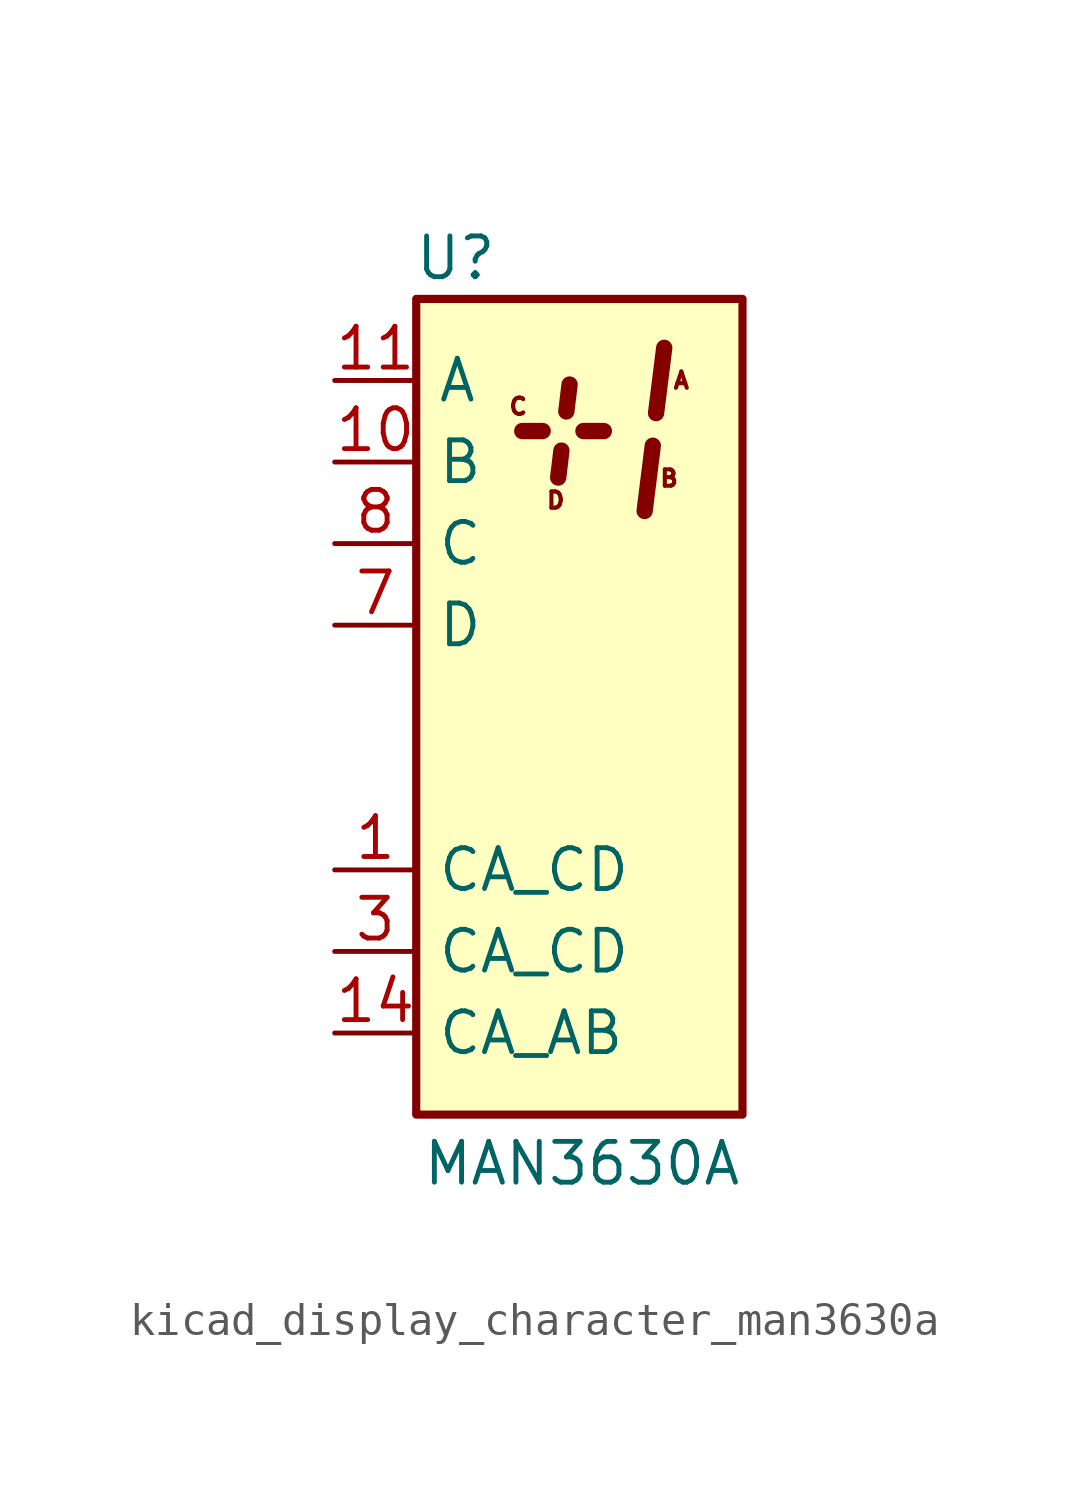
<source format=kicad_sym>
(kicad_symbol_lib
  (version 20220914)
  (generator kicad_symbol_editor)
  (symbol "kicad_display_character_man3630a"
    (pin_names
      (offset 0.635))
    (property "Reference" "U"
      (at -2.54 13.97 0)
      (effects (font (size 1.27 1.27)) (justify right)))
    (property "Value" "MAN3630A"
      (at 5.08 -14.224 0)
      (effects (font (size 1.27 1.27)) (justify right)))
    (symbol "kicad_display_character_man3630a_0_0"
      (text "A" (at 3.175 10.16 0) (effects (font (size 0.508 0.508))))
      (text "B" (at 2.794 7.112 0) (effects (font (size 0.508 0.508))))
      (text "C" (at -1.905 9.347 0) (effects (font (size 0.508 0.508))))
      (text "D" (at -0.737 6.426 0) (effects (font (size 0.508 0.508)))))
    (symbol "kicad_display_character_man3630a_0_1"
      (rectangle (start -5.08 12.7) (end 5.08 -12.7) (stroke (width 0.254) (type default)) (fill (type background)))
      (polyline (pts (xy -1.778 8.585) (xy -1.143 8.585)) (stroke (width 0.508) (type default)) (fill (type none)))
      (polyline (pts (xy 2.286 8.128) (xy 2.032 6.096)) (stroke (width 0.508) (type default)) (fill (type none)))
      (polyline (pts (xy 2.642 11.176) (xy 2.388 9.144)) (stroke (width 0.508) (type default)) (fill (type none))))
    (symbol "kicad_display_character_man3630a_1_1"
      (polyline (pts (xy -0.66 7.137) (xy -0.559 7.976)) (stroke (width 0.508) (type default)) (fill (type none)))
      (polyline (pts (xy -0.305 10.033) (xy -0.406 9.195)) (stroke (width 0.508) (type default)) (fill (type none)))
      (polyline (pts (xy 0.127 8.585) (xy 0.762 8.585)) (stroke (width 0.508) (type default)) (fill (type none)))
      (pin input line (at -7.62 -5.08 0) (length 2.54) (name "CA_CD" (effects (font (size 1.27 1.27)))) (number "1" (effects (font (size 1.27 1.27)))))
      (pin input line (at -7.62 7.62 0) (length 2.54) (name "B" (effects (font (size 1.27 1.27)))) (number "10" (effects (font (size 1.27 1.27)))))
      (pin input line (at -7.62 10.16 0) (length 2.54) (name "A" (effects (font (size 1.27 1.27)))) (number "11" (effects (font (size 1.27 1.27)))))
      (pin no_connect line (at 5.08 -7.62 180) (length 2.54) hide (name "NC" (effects (font (size 1.27 1.27)))) (number "12" (effects (font (size 1.27 1.27)))))
      (pin no_connect line (at 5.08 -10.16 180) (length 2.54) hide (name "NC" (effects (font (size 1.27 1.27)))) (number "13" (effects (font (size 1.27 1.27)))))
      (pin input line (at -7.62 -10.16 0) (length 2.54) (name "CA_AB" (effects (font (size 1.27 1.27)))) (number "14" (effects (font (size 1.27 1.27)))))
      (pin no_connect line (at 5.08 5.08 180) (length 2.54) hide (name "NC" (effects (font (size 1.27 1.27)))) (number "2" (effects (font (size 1.27 1.27)))))
      (pin input line (at -7.62 -7.62 0) (length 2.54) (name "CA_CD" (effects (font (size 1.27 1.27)))) (number "3" (effects (font (size 1.27 1.27)))))
      (pin no_connect line (at 5.08 2.54 180) (length 2.54) hide (name "NC" (effects (font (size 1.27 1.27)))) (number "4" (effects (font (size 1.27 1.27)))))
      (pin no_connect line (at 5.08 0 180) (length 2.54) hide (name "NC" (effects (font (size 1.27 1.27)))) (number "5" (effects (font (size 1.27 1.27)))))
      (pin no_connect line (at 5.08 -2.54 180) (length 2.54) hide (name "NC" (effects (font (size 1.27 1.27)))) (number "6" (effects (font (size 1.27 1.27)))))
      (pin input line (at -7.62 2.54 0) (length 2.54) (name "D" (effects (font (size 1.27 1.27)))) (number "7" (effects (font (size 1.27 1.27)))))
      (pin input line (at -7.62 5.08 0) (length 2.54) (name "C" (effects (font (size 1.27 1.27)))) (number "8" (effects (font (size 1.27 1.27)))))
      (pin no_connect line (at 5.08 -5.08 180) (length 2.54) hide (name "NC" (effects (font (size 1.27 1.27)))) (number "9" (effects (font (size 1.27 1.27))))))))
</source>
